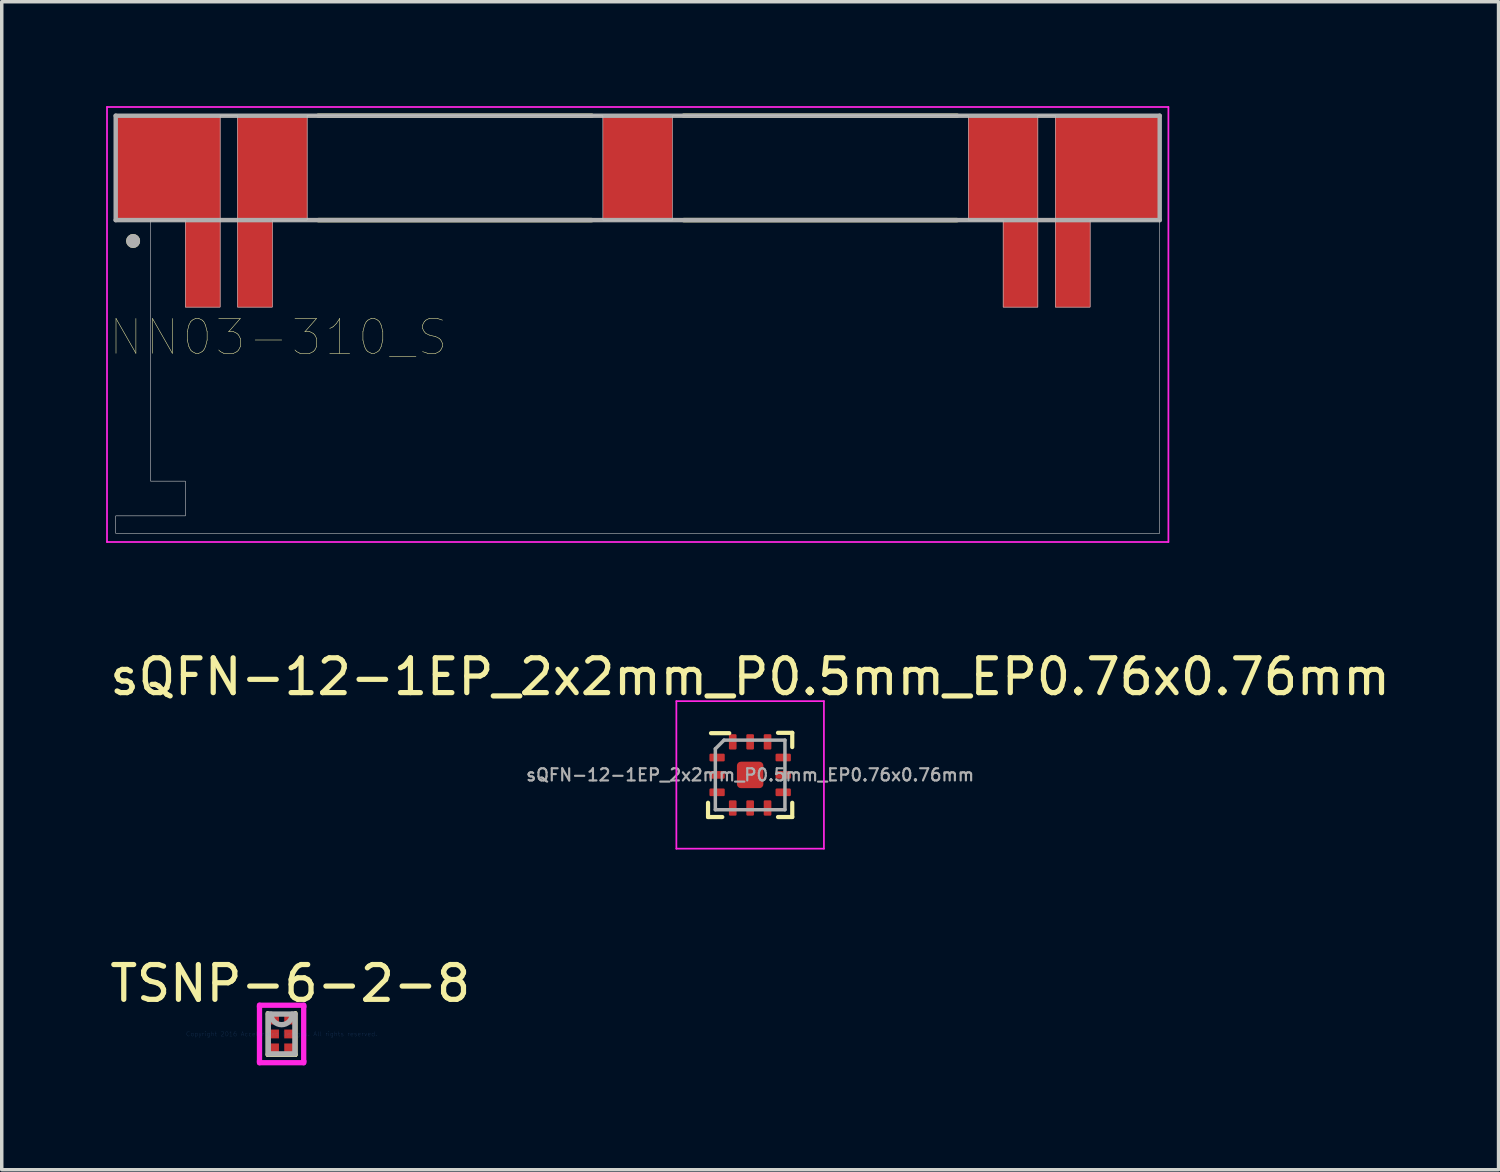
<source format=kicad_pcb>
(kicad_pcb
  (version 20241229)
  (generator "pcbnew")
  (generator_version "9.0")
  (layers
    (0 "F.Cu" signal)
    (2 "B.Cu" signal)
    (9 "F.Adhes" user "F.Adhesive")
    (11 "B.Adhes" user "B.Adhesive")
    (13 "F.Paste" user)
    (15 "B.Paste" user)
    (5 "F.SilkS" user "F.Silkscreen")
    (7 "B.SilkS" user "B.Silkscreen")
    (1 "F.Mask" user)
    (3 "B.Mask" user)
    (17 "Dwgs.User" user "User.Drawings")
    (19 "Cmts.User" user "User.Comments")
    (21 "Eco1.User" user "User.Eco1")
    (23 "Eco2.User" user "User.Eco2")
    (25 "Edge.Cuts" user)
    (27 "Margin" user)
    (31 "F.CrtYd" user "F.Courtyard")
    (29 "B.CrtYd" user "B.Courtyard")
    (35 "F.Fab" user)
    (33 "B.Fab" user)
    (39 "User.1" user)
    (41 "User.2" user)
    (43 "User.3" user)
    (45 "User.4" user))
  (footprint "TSNP-6-2-8"
    (layer "F.Cu")
    (at 5.042 26.662)
    (property "Reference" "TSNP-6-2-8" (at 0.25 -1.45 0) (layer "F.SilkS") (effects (font (size 1 1) (thickness 0.15))))
    (attr through_hole)
    (fp_line (start -0.4 -0.6) (end -0.4 0.6) (stroke (width 0.12) (type solid)) (layer "F.SilkS"))
    (fp_line (start -0.4 0.6) (end 0.4 0.6) (stroke (width 0.12) (type solid)) (layer "F.SilkS"))
    (fp_line (start 0.4 0.6) (end 0.4 -0.6) (stroke (width 0.12) (type solid)) (layer "F.SilkS"))
    (fp_line (start -0.635 -0.826) (end 0.635 -0.826) (stroke (width 0.152) (type solid)) (layer "F.CrtYd"))
    (fp_line (start -0.635 -0.781) (end -0.635 -0.826) (stroke (width 0.152) (type solid)) (layer "F.CrtYd"))
    (fp_line (start -0.635 -0.781) (end -0.635 -0.781) (stroke (width 0.152) (type solid)) (layer "F.CrtYd"))
    (fp_line (start -0.635 0.781) (end -0.635 -0.781) (stroke (width 0.152) (type solid)) (layer "F.CrtYd"))
    (fp_line (start -0.635 0.781) (end -0.635 0.781) (stroke (width 0.152) (type solid)) (layer "F.CrtYd"))
    (fp_line (start -0.635 0.826) (end -0.635 0.781) (stroke (width 0.152) (type solid)) (layer "F.CrtYd"))
    (fp_line (start 0.635 -0.826) (end 0.635 -0.781) (stroke (width 0.152) (type solid)) (layer "F.CrtYd"))
    (fp_line (start 0.635 -0.781) (end 0.635 -0.781) (stroke (width 0.152) (type solid)) (layer "F.CrtYd"))
    (fp_line (start 0.635 -0.781) (end 0.635 0.781) (stroke (width 0.152) (type solid)) (layer "F.CrtYd"))
    (fp_line (start 0.635 0.781) (end 0.635 0.781) (stroke (width 0.152) (type solid)) (layer "F.CrtYd"))
    (fp_line (start 0.635 0.781) (end 0.635 0.826) (stroke (width 0.152) (type solid)) (layer "F.CrtYd"))
    (fp_line (start 0.635 0.826) (end -0.635 0.826) (stroke (width 0.152) (type solid)) (layer "F.CrtYd"))
    (fp_line (start -0.381 -0.572) (end -0.381 0.572) (stroke (width 0.152) (type solid)) (layer "F.Fab"))
    (fp_line (start -0.381 0.572) (end 0.381 0.572) (stroke (width 0.152) (type solid)) (layer "F.Fab"))
    (fp_line (start 0.381 -0.572) (end -0.381 -0.572) (stroke (width 0.152) (type solid)) (layer "F.Fab"))
    (fp_line (start 0.381 0.572) (end 0.381 -0.572) (stroke (width 0.152) (type solid)) (layer "F.Fab"))
    (fp_arc (start 0.3048 -0.5715) (mid 0 -0.2667) (end -0.3048 -0.5715) (stroke (width 0.1524) (type solid)) (layer "F.Fab"))
    (fp_text user "Copyright 2016 Accelerated Designs. All rights reserved." (at 0 0 0) (layer "Cmts.User") (effects (font (size 0.127 0.127) (thickness 0.002))))
    (pad "1" smd rect (at -0.203 -0.4) (size 0.254 0.254) (layers "F.Cu" "F.Mask" "F.Paste"))
    (pad "2" smd rect (at -0.203 0) (size 0.254 0.254) (layers "F.Cu" "F.Mask" "F.Paste"))
    (pad "3" smd rect (at -0.203 0.4) (size 0.254 0.254) (layers "F.Cu" "F.Mask" "F.Paste"))
    (pad "4" smd rect (at 0.203 0.4) (size 0.254 0.254) (layers "F.Cu" "F.Mask" "F.Paste"))
    (pad "5" smd rect (at 0.203 0) (size 0.254 0.254) (layers "F.Cu" "F.Mask" "F.Paste"))
    (pad "6" smd rect (at 0.203 -0.4) (size 0.254 0.254) (layers "F.Cu" "F.Mask" "F.Paste")))
  (footprint "sQFN-12-1EP_2x2mm_P0.5mm_EP0.76x0.76mm"
    (layer "F.Cu")
    (at 18.506 19.218)
    (property "Reference" "sQFN-12-1EP_2x2mm_P0.5mm_EP0.76x0.76mm" (at 0 -2.82 0) (layer "F.SilkS") (effects (font (size 1 1) (thickness 0.15))))
    (attr smd)
    (fp_line (start -1.21 1.21) (end -1.21 0.8) (stroke (width 0.12) (type solid)) (layer "F.SilkS"))
    (fp_line (start -0.8 1.21) (end -1.21 1.21) (stroke (width 0.12) (type solid)) (layer "F.SilkS"))
    (fp_line (start -0.6 -1.2) (end -1.125 -1.2) (stroke (width 0.12) (type solid)) (layer "F.SilkS"))
    (fp_line (start 0.8 -1.21) (end 1.21 -1.21) (stroke (width 0.12) (type solid)) (layer "F.SilkS"))
    (fp_line (start 0.8 1.21) (end 1.21 1.21) (stroke (width 0.12) (type solid)) (layer "F.SilkS"))
    (fp_line (start 1.21 -1.21) (end 1.21 -0.8) (stroke (width 0.12) (type solid)) (layer "F.SilkS"))
    (fp_line (start 1.21 1.21) (end 1.21 0.8) (stroke (width 0.12) (type solid)) (layer "F.SilkS"))
    (fp_line (start -2.12 -2.12) (end -2.12 2.12) (stroke (width 0.05) (type solid)) (layer "F.CrtYd"))
    (fp_line (start -2.12 2.12) (end 2.12 2.12) (stroke (width 0.05) (type solid)) (layer "F.CrtYd"))
    (fp_line (start 2.12 -2.12) (end -2.12 -2.12) (stroke (width 0.05) (type solid)) (layer "F.CrtYd"))
    (fp_line (start 2.12 2.12) (end 2.12 -2.12) (stroke (width 0.05) (type solid)) (layer "F.CrtYd"))
    (fp_line (start -1 -0.75) (end -0.75 -1) (stroke (width 0.1) (type solid)) (layer "F.Fab"))
    (fp_line (start -1 1) (end -1 -0.75) (stroke (width 0.1) (type solid)) (layer "F.Fab"))
    (fp_line (start -0.75 -1) (end 1 -1) (stroke (width 0.1) (type solid)) (layer "F.Fab"))
    (fp_line (start 1 -1) (end 1 1) (stroke (width 0.1) (type solid)) (layer "F.Fab"))
    (fp_line (start 1 1) (end -1 1) (stroke (width 0.1) (type solid)) (layer "F.Fab"))
    (fp_text user "${REFERENCE}" (at 0 0 0) (layer "F.Fab") (effects (font (size 0.35 0.35) (thickness 0.062))))
    (pad "1" smd roundrect (at -0.95 -0.5) (size 0.44 0.222) (layers "F.Cu" "F.Mask" "F.Paste") (roundrect_rratio 0.15))
    (pad "2" smd roundrect (at -0.95 0) (size 0.44 0.22) (layers "F.Cu" "F.Mask" "F.Paste") (roundrect_rratio 0.15))
    (pad "3" smd roundrect (at -0.95 0.5) (size 0.44 0.22) (layers "F.Cu" "F.Mask" "F.Paste") (roundrect_rratio 0.15))
    (pad "4" smd roundrect (at -0.5 0.95) (size 0.22 0.44) (layers "F.Cu" "F.Mask" "F.Paste") (roundrect_rratio 0.15))
    (pad "5" smd roundrect (at 0 0.95) (size 0.22 0.44) (layers "F.Cu" "F.Mask" "F.Paste") (roundrect_rratio 0.15))
    (pad "6" smd roundrect (at 0.5 0.95) (size 0.22 0.44) (layers "F.Cu" "F.Mask" "F.Paste") (roundrect_rratio 0.15))
    (pad "7" smd roundrect (at 0.95 0.5) (size 0.44 0.22) (layers "F.Cu" "F.Mask" "F.Paste") (roundrect_rratio 0.15))
    (pad "8" smd roundrect (at 0.95 0) (size 0.44 0.22) (layers "F.Cu" "F.Mask" "F.Paste") (roundrect_rratio 0.15))
    (pad "9" smd roundrect (at 0.95 -0.5) (size 0.44 0.22) (layers "F.Cu" "F.Mask" "F.Paste") (roundrect_rratio 0.15))
    (pad "10" smd roundrect (at 0.5 -0.95) (size 0.22 0.44) (layers "F.Cu" "F.Mask" "F.Paste") (roundrect_rratio 0.15))
    (pad "11" smd roundrect (at 0 -0.95) (size 0.22 0.44) (layers "F.Cu" "F.Mask" "F.Paste") (roundrect_rratio 0.15))
    (pad "12" smd roundrect (at -0.5 -0.95) (size 0.22 0.44) (layers "F.Cu" "F.Mask" "F.Paste") (roundrect_rratio 0.15))
    (pad "13" smd roundrect (at 0 0) (size 0.76 0.76) (layers "F.Cu" "F.Mask" "F.Paste") (roundrect_rratio 0.15)))
  (footprint "NN03-310_S"
    (layer "F.Cu")
    (at 15.275 1.775)
    (property "Reference" "NN03-310_S" (at -10.325 4.865 0) (layer "F.SilkS") (effects (font (size 1 1) (thickness 0.015))))
    (attr through_hole)
    (fp_poly (pts (xy -15 -1.5) (xy -12 -1.5) (xy -12 4) (xy -13 4) (xy -13 1.5) (xy -15 1.5)) (stroke (width 0.01) (type solid)) (fill yes) (layer "F.Cu"))
    (fp_poly (pts (xy -9.5 -1.5) (xy -11.5 -1.5) (xy -11.5 4) (xy -10.5 4) (xy -10.5 1.5) (xy -9.5 1.5)) (stroke (width 0.01) (type solid)) (fill yes) (layer "F.Cu"))
    (fp_poly (pts (xy 9.5 -1.5) (xy 11.5 -1.5) (xy 11.5 4) (xy 10.5 4) (xy 10.5 1.5) (xy 9.5 1.5)) (stroke (width 0.01) (type solid)) (fill yes) (layer "F.Cu"))
    (fp_poly (pts (xy 15 -1.5) (xy 12 -1.5) (xy 12 4) (xy 13 4) (xy 13 1.5) (xy 15 1.5)) (stroke (width 0.01) (type solid)) (fill yes) (layer "F.Cu"))
    (fp_poly (pts (xy -15.1 -1.6) (xy -11.9 -1.6) (xy -11.9 4.1) (xy -13.1 4.1) (xy -13.1 1.6) (xy -15.1 1.6)) (stroke (width 0.01) (type solid)) (fill yes) (layer "F.Mask"))
    (fp_poly (pts (xy -9.4 -1.6) (xy -11.6 -1.6) (xy -11.6 4.1) (xy -10.4 4.1) (xy -10.4 1.6) (xy -9.4 1.6)) (stroke (width 0.01) (type solid)) (fill yes) (layer "F.Mask"))
    (fp_poly (pts (xy 9.4 -1.6) (xy 11.6 -1.6) (xy 11.6 4.1) (xy 10.4 4.1) (xy 10.4 1.6) (xy 9.4 1.6)) (stroke (width 0.01) (type solid)) (fill yes) (layer "F.Mask"))
    (fp_poly (pts (xy 15.1 -1.6) (xy 11.9 -1.6) (xy 11.9 4.1) (xy 13.1 4.1) (xy 13.1 1.6) (xy 15.1 1.6)) (stroke (width 0.01) (type solid)) (fill yes) (layer "F.Mask"))
    (fp_line (start -9.18 -1.5) (end -1.32 -1.5) (stroke (width 0.127) (type solid)) (layer "F.SilkS"))
    (fp_line (start -9.18 1.5) (end -1.32 1.5) (stroke (width 0.127) (type solid)) (layer "F.SilkS"))
    (fp_line (start 1.32 -1.5) (end 9.18 -1.5) (stroke (width 0.127) (type solid)) (layer "F.SilkS"))
    (fp_line (start 1.32 1.5) (end 9.18 1.5) (stroke (width 0.127) (type solid)) (layer "F.SilkS"))
    (fp_circle (center -14.5 2.1) (end -14.4 2.1) (stroke (width 0.2) (type solid)) (fill no) (layer "F.SilkS"))
    (fp_poly (pts (xy -15 -1.5) (xy -12 -1.5) (xy -12 4) (xy -13 4) (xy -13 1.5) (xy -15 1.5)) (stroke (width 0.01) (type solid)) (fill yes) (layer "F.Paste"))
    (fp_poly (pts (xy -9.5 -1.5) (xy -11.5 -1.5) (xy -11.5 4) (xy -10.5 4) (xy -10.5 1.5) (xy -9.5 1.5)) (stroke (width 0.01) (type solid)) (fill yes) (layer "F.Paste"))
    (fp_poly (pts (xy 9.5 -1.5) (xy 11.5 -1.5) (xy 11.5 4) (xy 10.5 4) (xy 10.5 1.5) (xy 9.5 1.5)) (stroke (width 0.01) (type solid)) (fill yes) (layer "F.Paste"))
    (fp_poly (pts (xy 15 -1.5) (xy 12 -1.5) (xy 12 4) (xy 13 4) (xy 13 1.5) (xy 15 1.5)) (stroke (width 0.01) (type solid)) (fill yes) (layer "F.Paste"))
    (fp_poly (pts (xy -14 1.5) (xy -14 9) (xy -13 9) (xy -13 10) (xy -15 10) (xy -15 10.5) (xy 15 10.5) (xy 15 1.5) (xy 13 1.5) (xy 13 4) (xy 12 4) (xy 12 -1.5) (xy 11.5 -1.5) (xy 11.5 4) (xy 10.5 4) (xy 10.5 1.5) (xy 9.5 1.5) (xy 9.5 -1.5) (xy 1 -1.5) (xy 1 1.5) (xy -1 1.5) (xy -1 -1.5) (xy -9.5 -1.5) (xy -9.5 1.5) (xy -10.5 1.5) (xy -10.5 4) (xy -11.5 4) (xy -11.5 -1.5) (xy -12 -1.5) (xy -12 4) (xy -13 4) (xy -13 1.5)) (stroke (width 0.01) (type solid)) (fill no) (layer "Dwgs.User"))
    (fp_poly (pts (xy -14 1.5) (xy -14 9) (xy -13 9) (xy -13 10) (xy -15 10) (xy -15 10.5) (xy 15 10.5) (xy 15 1.5) (xy 13 1.5) (xy 13 4) (xy 12 4) (xy 12 -1.5) (xy 11.5 -1.5) (xy 11.5 4) (xy 10.5 4) (xy 10.5 1.5) (xy 9.5 1.5) (xy 9.5 -1.5) (xy 1 -1.5) (xy 1 1.5) (xy -1 1.5) (xy -1 -1.5) (xy -9.5 -1.5) (xy -9.5 1.5) (xy -10.5 1.5) (xy -10.5 4) (xy -11.5 4) (xy -11.5 -1.5) (xy -12 -1.5) (xy -12 4) (xy -13 4) (xy -13 1.5)) (stroke (width 0.01) (type solid)) (fill no) (layer "Dwgs.User"))
    (fp_line (start -15.25 -1.75) (end 15.25 -1.75) (stroke (width 0.05) (type solid)) (layer "F.CrtYd"))
    (fp_line (start -15.25 10.75) (end -15.25 -1.75) (stroke (width 0.05) (type solid)) (layer "F.CrtYd"))
    (fp_line (start 15.25 -1.75) (end 15.25 10.75) (stroke (width 0.05) (type solid)) (layer "F.CrtYd"))
    (fp_line (start 15.25 10.75) (end -15.25 10.75) (stroke (width 0.05) (type solid)) (layer "F.CrtYd"))
    (fp_line (start -15 -1.5) (end -15 1.5) (stroke (width 0.127) (type solid)) (layer "F.Fab"))
    (fp_line (start -15 1.5) (end 15 1.5) (stroke (width 0.127) (type solid)) (layer "F.Fab"))
    (fp_line (start 15 -1.5) (end -15 -1.5) (stroke (width 0.127) (type solid)) (layer "F.Fab"))
    (fp_line (start 15 1.5) (end 15 -1.5) (stroke (width 0.127) (type solid)) (layer "F.Fab"))
    (fp_circle (center -14.5 2.1) (end -14.4 2.1) (stroke (width 0.2) (type solid)) (fill no) (layer "F.Fab"))
    (pad "1" smd rect (at -13.5 0) (size 3 3) (layers "F.Cu"))
    (pad "2" smd rect (at -12.5 2.75) (size 1 2.5) (layers "F.Cu"))
    (pad "3" smd rect (at -11 2.75) (size 1 2.5) (layers "F.Cu"))
    (pad "3" smd rect (at -10.5 0) (size 2 3) (layers "F.Cu"))
    (pad "4" smd rect (at 0 0) (size 2 3) (layers "F.Cu" "F.Mask" "F.Paste"))
    (pad "5" smd rect (at 10.5 0) (size 2 3) (layers "F.Cu"))
    (pad "5" smd rect (at 11 2.75) (size 1 2.5) (layers "F.Cu"))
    (pad "6" smd rect (at 12.5 2.75) (size 1 2.5) (layers "F.Cu"))
    (pad "7" smd rect (at 13.5 0) (size 3 3) (layers "F.Cu")))
  (gr_rect
    (start -3 -3)
    (end 40.012 30.563)
    (stroke (width 0.1) (type default))
    (fill no)
    (layer "Edge.Cuts")))
</source>
